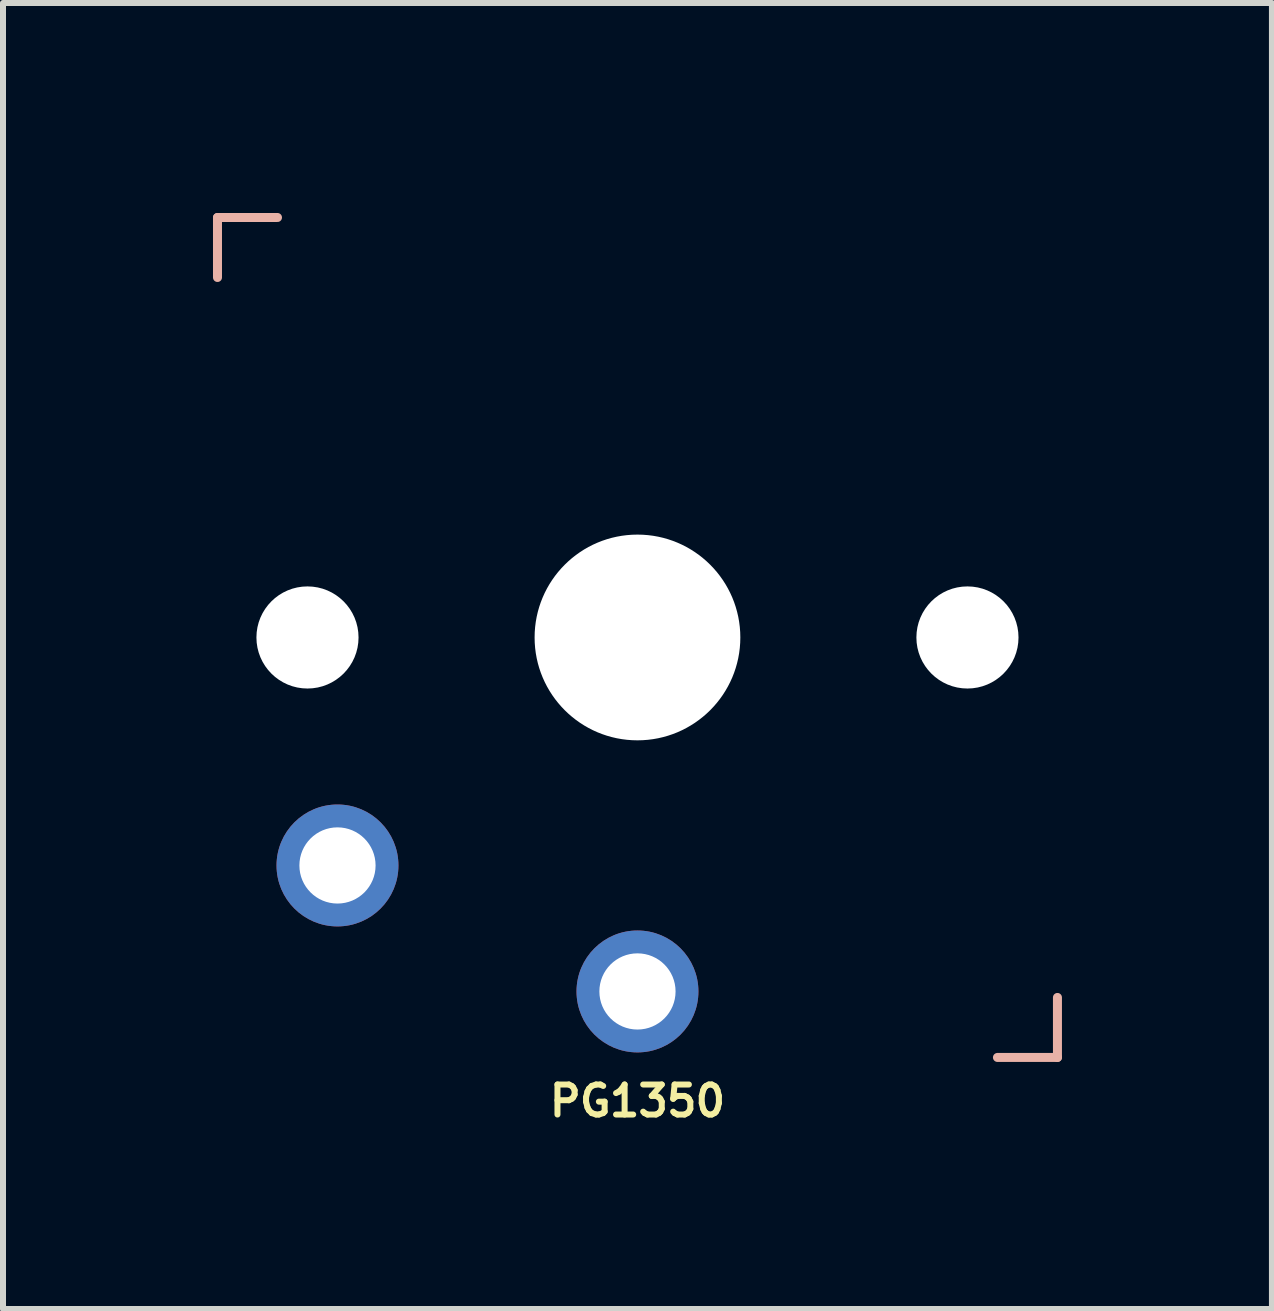
<source format=kicad_pcb>
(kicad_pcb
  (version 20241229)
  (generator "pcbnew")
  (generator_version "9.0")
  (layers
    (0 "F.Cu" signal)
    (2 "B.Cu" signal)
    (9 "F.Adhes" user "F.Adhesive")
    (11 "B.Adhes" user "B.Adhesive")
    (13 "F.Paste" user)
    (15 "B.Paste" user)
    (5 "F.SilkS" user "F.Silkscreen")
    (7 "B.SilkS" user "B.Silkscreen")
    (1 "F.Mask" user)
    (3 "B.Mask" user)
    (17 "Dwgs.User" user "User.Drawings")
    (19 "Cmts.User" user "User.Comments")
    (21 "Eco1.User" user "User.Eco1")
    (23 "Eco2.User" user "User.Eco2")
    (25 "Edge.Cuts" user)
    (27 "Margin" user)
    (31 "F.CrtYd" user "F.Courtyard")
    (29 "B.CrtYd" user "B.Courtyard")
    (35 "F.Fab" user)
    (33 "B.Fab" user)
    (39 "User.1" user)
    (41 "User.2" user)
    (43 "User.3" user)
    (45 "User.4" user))
  (footprint "PG1350"
    (layer "F.Cu")
    (at 7.575 7.575)
    (property "Reference" "PG1350" (at 0 7.725 0) (unlocked yes) (layer "F.SilkS") (effects (font (size 0.5 0.5) (thickness 0.1))))
    (attr through_hole)
    (fp_line (start -7 -7) (end -6 -7) (stroke (width 0.15) (type solid)) (layer "B.SilkS"))
    (fp_line (start -7 -6) (end -7 -7) (stroke (width 0.15) (type solid)) (layer "B.SilkS"))
    (fp_line (start 7 6) (end 7 7) (stroke (width 0.15) (type solid)) (layer "B.SilkS"))
    (fp_line (start 7 7) (end 6 7) (stroke (width 0.15) (type solid)) (layer "B.SilkS"))
    (fp_line (start -7.5 -7.5) (end 7.5 -7.5) (stroke (width 0.15) (type solid)) (layer "Eco2.User"))
    (fp_line (start -7.5 7.5) (end -7.5 -7.5) (stroke (width 0.15) (type solid)) (layer "Eco2.User"))
    (fp_line (start -6.9 6.9) (end -6.9 -6.9) (stroke (width 0.15) (type solid)) (layer "Eco2.User"))
    (fp_line (start -6.9 6.9) (end 6.9 6.9) (stroke (width 0.15) (type solid)) (layer "Eco2.User"))
    (fp_line (start -2.6 -3.1) (end -2.6 -6.3) (stroke (width 0.15) (type solid)) (layer "Eco2.User"))
    (fp_line (start -2.6 -3.1) (end 2.6 -3.1) (stroke (width 0.15) (type solid)) (layer "Eco2.User"))
    (fp_line (start 2.6 -6.3) (end -2.6 -6.3) (stroke (width 0.15) (type solid)) (layer "Eco2.User"))
    (fp_line (start 2.6 -3.1) (end 2.6 -6.3) (stroke (width 0.15) (type solid)) (layer "Eco2.User"))
    (fp_line (start 6.9 -6.9) (end -6.9 -6.9) (stroke (width 0.15) (type solid)) (layer "Eco2.User"))
    (fp_line (start 6.9 -6.9) (end 6.9 6.9) (stroke (width 0.15) (type solid)) (layer "Eco2.User"))
    (fp_line (start 7.5 -7.5) (end 7.5 7.5) (stroke (width 0.15) (type solid)) (layer "Eco2.User"))
    (fp_line (start 7.5 7.5) (end -7.5 7.5) (stroke (width 0.15) (type solid)) (layer "Eco2.User"))
    (pad "" np_thru_hole circle (at -5.5 0) (size 1.702 1.702) (drill 1.702) (layers "*.Cu" "*.Mask"))
    (pad "" np_thru_hole circle (at 0 0) (size 3.429 3.429) (drill 3.429) (layers "*.Cu" "*.Mask"))
    (pad "" np_thru_hole circle (at 5.5 0) (size 1.702 1.702) (drill 1.702) (layers "*.Cu" "*.Mask"))
    (pad "1" thru_hole circle (at 0 5.9) (size 2.032 2.032) (drill 1.27) (layers "*.Cu" "*.Mask"))
    (pad "2" thru_hole circle (at -5 3.8) (size 2.032 2.032) (drill 1.27) (layers "*.Cu" "*.Mask")))
  (gr_rect
    (start -3 -3)
    (end 18.15 18.768)
    (stroke (width 0.1) (type default))
    (fill no)
    (layer "Edge.Cuts")))
</source>
